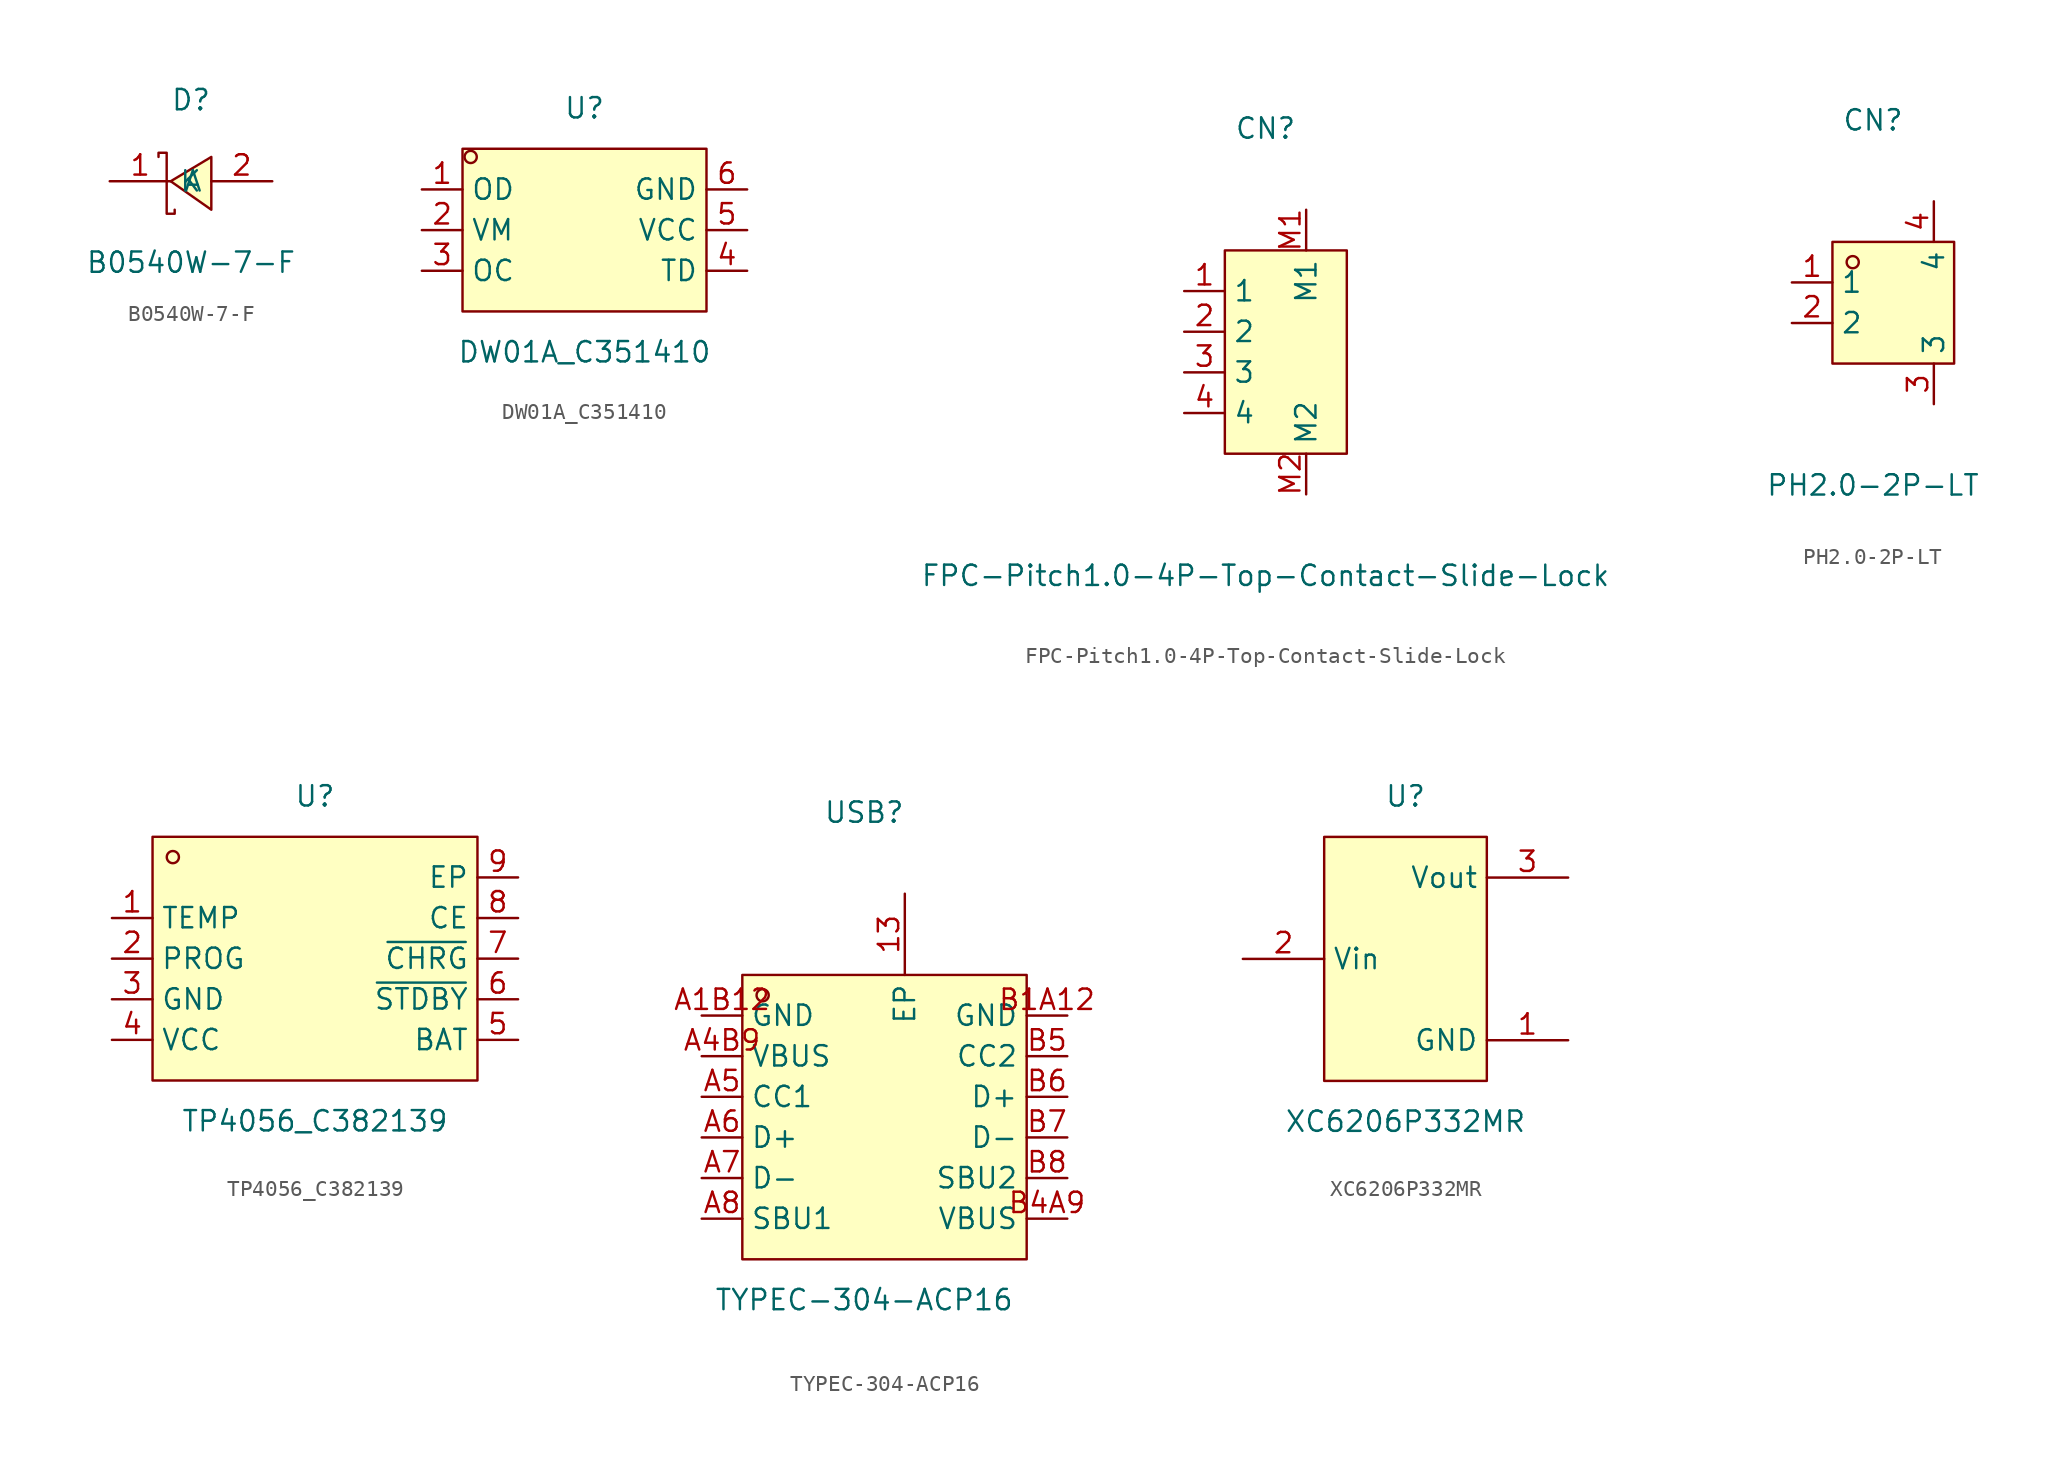
<source format=kicad_sym>
(kicad_symbol_lib
  (version 20211014)
  (generator https://github.com/uPesy/easyeda2kicad.py)
  (symbol "B0540W-7-F"
    (property "Reference" "D"
      (at 0 5.08 0)
      (effects (font (size 1.27 1.27))))
    (property "Value" "B0540W-7-F"
      (at 0 -5.08 0)
      (effects (font (size 1.27 1.27))))
    (symbol "B0540W-7-F_0_1"
      (polyline (pts (xy 1.27 1.52) (xy -1.27 -0.00) (xy 1.27 -1.78) (xy 1.27 1.52)) (stroke (width 0) (type default) (color 0 0 0 0)) (fill (type background)))
      (polyline (pts (xy -2.03 1.52) (xy -2.03 1.78) (xy -1.52 1.78) (xy -1.52 -2.03) (xy -1.02 -2.03) (xy -1.02 -1.78)) (stroke (width 0) (type default) (color 0 0 0 0)) (fill (type none)))
      (pin unspecified line (at 5.08 -0.00 180) (length 3.81) (name "A" (effects (font (size 1.27 1.27)))) (number "2" (effects (font (size 1.27 1.27)))))
      (pin unspecified line (at -5.08 -0.00 0) (length 3.81) (name "K" (effects (font (size 1.27 1.27)))) (number "1" (effects (font (size 1.27 1.27)))))))
  (symbol "DW01A_C351410"
    (property "Reference" "U"
      (at 0 7.62 0)
      (effects (font (size 1.27 1.27))))
    (property "Value" "DW01A_C351410"
      (at 0 -7.62 0)
      (effects (font (size 1.27 1.27))))
    (symbol "DW01A_C351410_0_1"
      (rectangle (start -7.62 5.08) (end 7.62 -5.08) (stroke (width 0) (type default) (color 0 0 0 0)) (fill (type background)))
      (circle (center -7.11 4.57) (radius 0.38) (stroke (width 0) (type default) (color 0 0 0 0)) (fill (type none)))
      (pin unspecified line (at -10.16 2.54 0) (length 2.54) (name "OD" (effects (font (size 1.27 1.27)))) (number "1" (effects (font (size 1.27 1.27)))))
      (pin unspecified line (at -10.16 -0.00 0) (length 2.54) (name "VM" (effects (font (size 1.27 1.27)))) (number "2" (effects (font (size 1.27 1.27)))))
      (pin unspecified line (at -10.16 -2.54 0) (length 2.54) (name "OC" (effects (font (size 1.27 1.27)))) (number "3" (effects (font (size 1.27 1.27)))))
      (pin unspecified line (at 10.16 -2.54 180) (length 2.54) (name "TD" (effects (font (size 1.27 1.27)))) (number "4" (effects (font (size 1.27 1.27)))))
      (pin unspecified line (at 10.16 -0.00 180) (length 2.54) (name "VCC" (effects (font (size 1.27 1.27)))) (number "5" (effects (font (size 1.27 1.27)))))
      (pin unspecified line (at 10.16 2.54 180) (length 2.54) (name "GND" (effects (font (size 1.27 1.27)))) (number "6" (effects (font (size 1.27 1.27)))))))
  (symbol "FPC-Pitch1.0-4P-Top-Contact-Slide-Lock"
    (property "Reference" "CN"
      (at 0 15.24 0)
      (effects (font (size 1.27 1.27))))
    (property "Value" "FPC-Pitch1.0-4P-Top-Contact-Slide-Lock"
      (at 0 -12.70 0)
      (effects (font (size 1.27 1.27))))
    (symbol "FPC-Pitch1.0-4P-Top-Contact-Slide-Lock_0_1"
      (rectangle (start -2.54 7.62) (end 5.08 -5.08) (stroke (width 0) (type default) (color 0 0 0 0)) (fill (type background)))
      (pin unspecified line (at -5.08 5.08 0) (length 2.54) (name "1" (effects (font (size 1.27 1.27)))) (number "1" (effects (font (size 1.27 1.27)))))
      (pin unspecified line (at -5.08 2.54 0) (length 2.54) (name "2" (effects (font (size 1.27 1.27)))) (number "2" (effects (font (size 1.27 1.27)))))
      (pin unspecified line (at -5.08 -0.00 0) (length 2.54) (name "3" (effects (font (size 1.27 1.27)))) (number "3" (effects (font (size 1.27 1.27)))))
      (pin unspecified line (at -5.08 -2.54 0) (length 2.54) (name "4" (effects (font (size 1.27 1.27)))) (number "4" (effects (font (size 1.27 1.27)))))
      (pin unspecified line (at 2.54 10.16 270) (length 2.54) (name "M1" (effects (font (size 1.27 1.27)))) (number "M1" (effects (font (size 1.27 1.27)))))
      (pin unspecified line (at 2.54 -7.62 90) (length 2.54) (name "M2" (effects (font (size 1.27 1.27)))) (number "M2" (effects (font (size 1.27 1.27)))))))
  (symbol "PH2.0-2P-LT"
    (property "Reference" "CN"
      (at 0 11.43 0)
      (effects (font (size 1.27 1.27))))
    (property "Value" "PH2.0-2P-LT"
      (at 0 -11.43 0)
      (effects (font (size 1.27 1.27))))
    (symbol "PH2.0-2P-LT_0_1"
      (rectangle (start -2.54 3.81) (end 5.08 -3.81) (stroke (width 0) (type default) (color 0 0 0 0)) (fill (type background)))
      (circle (center -1.27 2.54) (radius 0.38) (stroke (width 0) (type default) (color 0 0 0 0)) (fill (type none)))
      (pin unspecified line (at -5.08 1.27 0) (length 2.54) (name "1" (effects (font (size 1.27 1.27)))) (number "1" (effects (font (size 1.27 1.27)))))
      (pin unspecified line (at -5.08 -1.27 0) (length 2.54) (name "2" (effects (font (size 1.27 1.27)))) (number "2" (effects (font (size 1.27 1.27)))))
      (pin unspecified line (at 3.81 -6.35 90) (length 2.54) (name "3" (effects (font (size 1.27 1.27)))) (number "3" (effects (font (size 1.27 1.27)))))
      (pin unspecified line (at 3.81 6.35 270) (length 2.54) (name "4" (effects (font (size 1.27 1.27)))) (number "4" (effects (font (size 1.27 1.27)))))))
  (symbol "TP4056_C382139"
    (property "Reference" "U"
      (at 0 10.16 0)
      (effects (font (size 1.27 1.27))))
    (property "Value" "TP4056_C382139"
      (at 0 -10.16 0)
      (effects (font (size 1.27 1.27))))
    (symbol "TP4056_C382139_0_1"
      (rectangle (start -10.16 7.62) (end 10.16 -7.62) (stroke (width 0) (type default) (color 0 0 0 0)) (fill (type background)))
      (circle (center -8.89 6.35) (radius 0.38) (stroke (width 0) (type default) (color 0 0 0 0)) (fill (type none)))
      (pin unspecified line (at -12.70 2.54 0) (length 2.54) (name "TEMP" (effects (font (size 1.27 1.27)))) (number "1" (effects (font (size 1.27 1.27)))))
      (pin unspecified line (at -12.70 -0.00 0) (length 2.54) (name "PROG" (effects (font (size 1.27 1.27)))) (number "2" (effects (font (size 1.27 1.27)))))
      (pin unspecified line (at -12.70 -2.54 0) (length 2.54) (name "GND" (effects (font (size 1.27 1.27)))) (number "3" (effects (font (size 1.27 1.27)))))
      (pin unspecified line (at -12.70 -5.08 0) (length 2.54) (name "VCC" (effects (font (size 1.27 1.27)))) (number "4" (effects (font (size 1.27 1.27)))))
      (pin unspecified line (at 12.70 -5.08 180) (length 2.54) (name "BAT" (effects (font (size 1.27 1.27)))) (number "5" (effects (font (size 1.27 1.27)))))
      (pin unspecified line (at 12.70 -2.54 180) (length 2.54) (name "~{STDBY}" (effects (font (size 1.27 1.27)))) (number "6" (effects (font (size 1.27 1.27)))))
      (pin unspecified line (at 12.70 -0.00 180) (length 2.54) (name "~{CHRG}" (effects (font (size 1.27 1.27)))) (number "7" (effects (font (size 1.27 1.27)))))
      (pin unspecified line (at 12.70 2.54 180) (length 2.54) (name "CE" (effects (font (size 1.27 1.27)))) (number "8" (effects (font (size 1.27 1.27)))))
      (pin unspecified line (at 12.70 5.08 180) (length 2.54) (name "EP" (effects (font (size 1.27 1.27)))) (number "9" (effects (font (size 1.27 1.27)))))))
  (symbol "TYPEC-304-ACP16"
    (property "Reference" "USB"
      (at 0 17.78 0)
      (effects (font (size 1.27 1.27))))
    (property "Value" "TYPEC-304-ACP16"
      (at 0 -12.70 0)
      (effects (font (size 1.27 1.27))))
    (symbol "TYPEC-304-ACP16_0_1"
      (rectangle (start -7.62 7.62) (end 10.16 -10.16) (stroke (width 0) (type default) (color 0 0 0 0)) (fill (type background)))
      (circle (center -6.35 6.35) (radius 0.38) (stroke (width 0) (type default) (color 0 0 0 0)) (fill (type none)))
      (pin unspecified line (at -10.16 5.08 0) (length 2.54) (name "GND" (effects (font (size 1.27 1.27)))) (number "A1B12" (effects (font (size 1.27 1.27)))))
      (pin unspecified line (at -10.16 2.54 0) (length 2.54) (name "VBUS" (effects (font (size 1.27 1.27)))) (number "A4B9" (effects (font (size 1.27 1.27)))))
      (pin unspecified line (at -10.16 -0.00 0) (length 2.54) (name "CC1" (effects (font (size 1.27 1.27)))) (number "A5" (effects (font (size 1.27 1.27)))))
      (pin unspecified line (at -10.16 -2.54 0) (length 2.54) (name "D+" (effects (font (size 1.27 1.27)))) (number "A6" (effects (font (size 1.27 1.27)))))
      (pin unspecified line (at -10.16 -5.08 0) (length 2.54) (name "D-" (effects (font (size 1.27 1.27)))) (number "A7" (effects (font (size 1.27 1.27)))))
      (pin unspecified line (at -10.16 -7.62 0) (length 2.54) (name "SBU1" (effects (font (size 1.27 1.27)))) (number "A8" (effects (font (size 1.27 1.27)))))
      (pin unspecified line (at 12.70 -7.62 180) (length 2.54) (name "VBUS" (effects (font (size 1.27 1.27)))) (number "B4A9" (effects (font (size 1.27 1.27)))))
      (pin unspecified line (at 12.70 -5.08 180) (length 2.54) (name "SBU2" (effects (font (size 1.27 1.27)))) (number "B8" (effects (font (size 1.27 1.27)))))
      (pin unspecified line (at 12.70 -2.54 180) (length 2.54) (name "D-" (effects (font (size 1.27 1.27)))) (number "B7" (effects (font (size 1.27 1.27)))))
      (pin unspecified line (at 12.70 -0.00 180) (length 2.54) (name "D+" (effects (font (size 1.27 1.27)))) (number "B6" (effects (font (size 1.27 1.27)))))
      (pin unspecified line (at 12.70 2.54 180) (length 2.54) (name "CC2" (effects (font (size 1.27 1.27)))) (number "B5" (effects (font (size 1.27 1.27)))))
      (pin unspecified line (at 12.70 5.08 180) (length 2.54) (name "GND" (effects (font (size 1.27 1.27)))) (number "B1A12" (effects (font (size 1.27 1.27)))))
      (pin unspecified line (at 2.54 12.70 270) (length 5.08) (name "EP" (effects (font (size 1.27 1.27)))) (number "13" (effects (font (size 1.27 1.27)))))))
  (symbol "XC6206P332MR"
    (property "Reference" "U"
      (at 0 10.16 0)
      (effects (font (size 1.27 1.27))))
    (property "Value" "XC6206P332MR"
      (at 0 -10.16 0)
      (effects (font (size 1.27 1.27))))
    (symbol "XC6206P332MR_0_1"
      (rectangle (start -5.08 7.62) (end 5.08 -7.62) (stroke (width 0) (type default) (color 0 0 0 0)) (fill (type background)))
      (pin unspecified line (at 10.16 -5.08 180) (length 5.08) (name "GND" (effects (font (size 1.27 1.27)))) (number "1" (effects (font (size 1.27 1.27)))))
      (pin unspecified line (at -10.16 -0.00 0) (length 5.08) (name "Vin" (effects (font (size 1.27 1.27)))) (number "2" (effects (font (size 1.27 1.27)))))
      (pin unspecified line (at 10.16 5.08 180) (length 5.08) (name "Vout" (effects (font (size 1.27 1.27)))) (number "3" (effects (font (size 1.27 1.27))))))))
</source>
